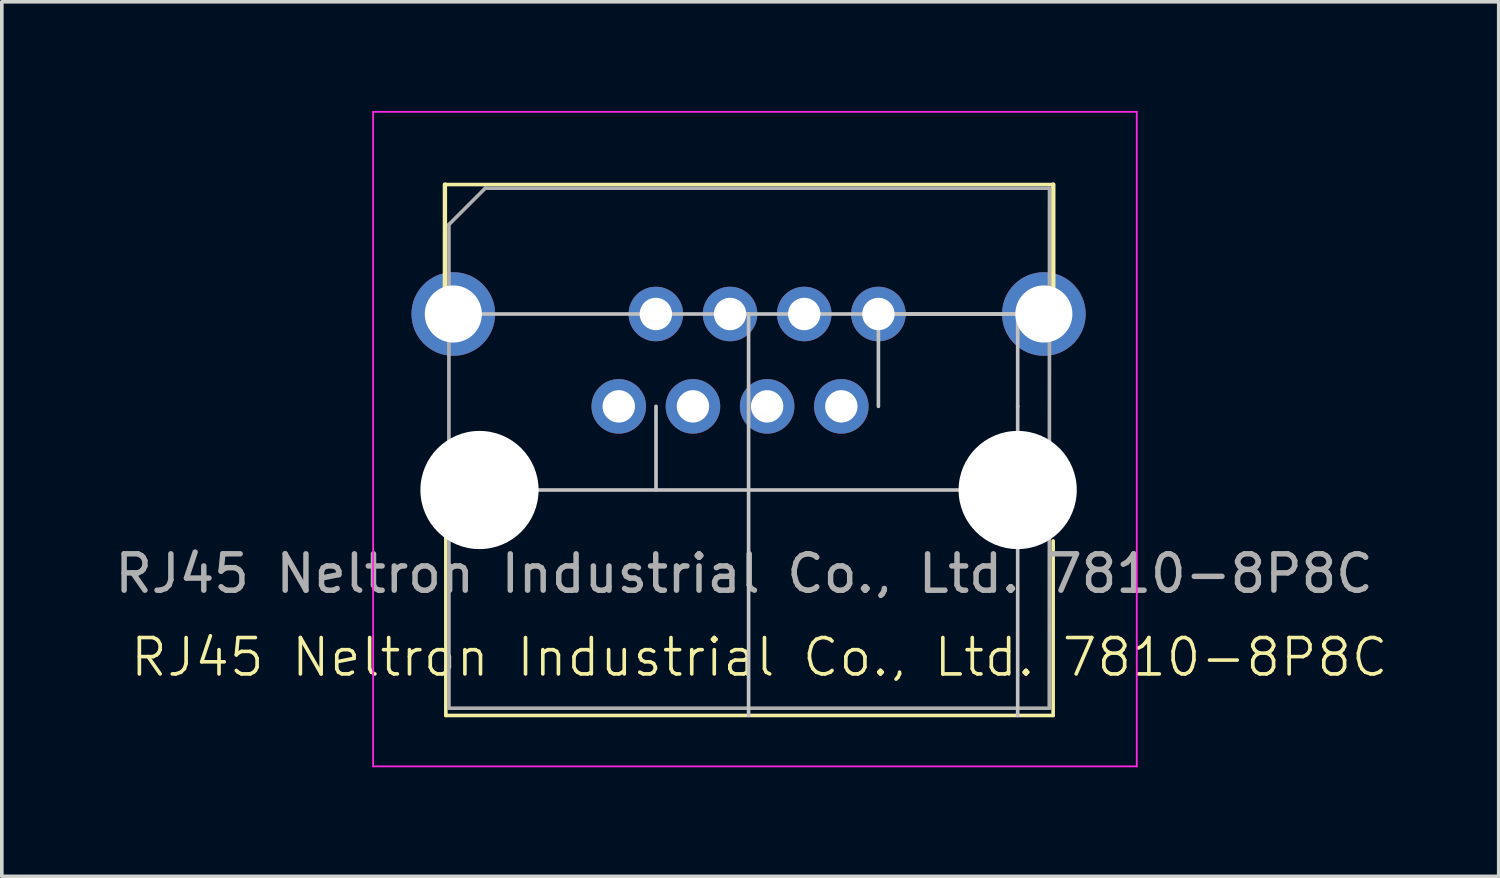
<source format=kicad_pcb>
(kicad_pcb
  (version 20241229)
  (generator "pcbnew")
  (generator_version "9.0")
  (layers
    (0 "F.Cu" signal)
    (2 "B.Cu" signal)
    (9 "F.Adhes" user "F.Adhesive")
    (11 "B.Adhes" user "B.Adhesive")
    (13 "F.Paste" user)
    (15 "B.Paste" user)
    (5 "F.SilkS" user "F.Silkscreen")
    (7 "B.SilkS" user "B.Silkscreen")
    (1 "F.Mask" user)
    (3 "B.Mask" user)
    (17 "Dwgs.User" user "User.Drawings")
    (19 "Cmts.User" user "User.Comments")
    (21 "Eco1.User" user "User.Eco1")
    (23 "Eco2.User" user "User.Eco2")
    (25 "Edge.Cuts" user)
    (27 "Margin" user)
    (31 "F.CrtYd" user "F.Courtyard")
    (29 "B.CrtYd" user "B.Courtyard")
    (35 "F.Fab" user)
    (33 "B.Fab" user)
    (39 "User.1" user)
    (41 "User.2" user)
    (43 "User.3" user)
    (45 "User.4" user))
  (footprint "RJ45 Neltron Industrial Co., Ltd. 7810-8P8C"
    (layer "F.Cu")
    (at 24.936 10.425)
    (property "Reference" "RJ45 Neltron Industrial Co., Ltd. 7810-8P8C" (at -7.106 4.6 0) (unlocked yes) (layer "F.SilkS") (effects (font (size 1 1) (thickness 0.1))))
    (attr smd)
    (fp_line (start -15.751 -8.4) (end -15.751 -5.4) (stroke (width 0.12) (type solid)) (layer "F.SilkS"))
    (fp_line (start -15.725 -8.4) (end 0.979 -8.4) (stroke (width 0.1) (type default)) (layer "F.SilkS"))
    (fp_line (start -15.725 1.3) (end -15.725 6.2) (stroke (width 0.1) (type default)) (layer "F.SilkS"))
    (fp_line (start 0.975 1.4) (end 0.975 6.2) (stroke (width 0.1) (type default)) (layer "F.SilkS"))
    (fp_line (start 0.975 6.2) (end -15.725 6.2) (stroke (width 0.1) (type default)) (layer "F.SilkS"))
    (fp_line (start 0.979 -8.4) (end 0.979 -5.4) (stroke (width 0.12) (type solid)) (layer "F.SilkS"))
    (fp_line (start -9.946 -2.3) (end -9.946 0) (stroke (width 0.1) (type default)) (layer "Dwgs.User"))
    (fp_line (start -7.4 -4.84) (end -15.52 -4.84) (stroke (width 0.1) (type default)) (layer "Dwgs.User"))
    (fp_line (start -7.4 -4.84) (end 0.72 -4.84) (stroke (width 0.1) (type default)) (layer "Dwgs.User"))
    (fp_line (start -7.4 0) (end -7.4 -4.84) (stroke (width 0.1) (type default)) (layer "Dwgs.User"))
    (fp_line (start -7.4 0) (end -7.4 6.2) (stroke (width 0.1) (type default)) (layer "Dwgs.User"))
    (fp_line (start -3.83 -4.84) (end -3.83 -2.3) (stroke (width 0.1) (type default)) (layer "Dwgs.User"))
    (fp_line (start 0 -4.84) (end -3.83 -4.84) (stroke (width 0.1) (type default)) (layer "Dwgs.User"))
    (fp_line (start 0 -2.3) (end 0 -4.84) (stroke (width 0.1) (type default)) (layer "Dwgs.User"))
    (fp_line (start 0 0) (end -14.8 0) (stroke (width 0.1) (type default)) (layer "Dwgs.User"))
    (fp_line (start 0 0) (end 0 -2.3) (stroke (width 0.1) (type default)) (layer "Dwgs.User"))
    (fp_line (start 0 0) (end 0 6.2) (stroke (width 0.1) (type default)) (layer "Dwgs.User"))
    (fp_line (start -17.725 -10.4) (end -17.725 7.6) (stroke (width 0.05) (type default)) (layer "F.CrtYd"))
    (fp_line (start -17.725 -10.4) (end 3.275 -10.4) (stroke (width 0.05) (type default)) (layer "F.CrtYd"))
    (fp_line (start -17.725 7.6) (end 3.275 7.6) (stroke (width 0.05) (type default)) (layer "F.CrtYd"))
    (fp_line (start 3.275 7.6) (end 3.275 -10.4) (stroke (width 0.05) (type default)) (layer "F.CrtYd"))
    (fp_line (start -15.641 -7.3) (end -15.641 6) (stroke (width 0.1) (type solid)) (layer "F.Fab"))
    (fp_line (start -15.641 -7.3) (end -14.641 -8.3) (stroke (width 0.1) (type solid)) (layer "F.Fab"))
    (fp_line (start -15.63 6) (end 0.88 6) (stroke (width 0.1) (type solid)) (layer "F.Fab"))
    (fp_line (start -14.641 -8.3) (end 0.869 -8.3) (stroke (width 0.1) (type solid)) (layer "F.Fab"))
    (fp_line (start 0.875 -8.3) (end 0.869 6) (stroke (width 0.1) (type solid)) (layer "F.Fab"))
    (fp_text user "${REFERENCE}" (at -7.525 2.3 0) (layer "F.Fab") (effects (font (size 1 1) (thickness 0.15))))
    (pad "" np_thru_hole circle (at -14.8 0) (size 3.25 3.25) (drill 3.25) (layers "*.Cu" "*.Mask"))
    (pad "" np_thru_hole circle (at 0 0) (size 3.25 3.25) (drill 3.25) (layers "*.Cu" "*.Mask"))
    (pad "1" thru_hole circle (at -3.83 -4.84) (size 1.5 1.5) (drill 0.89) (layers "*.Cu" "*.Mask"))
    (pad "2" thru_hole circle (at -4.85 -2.3) (size 1.5 1.5) (drill 0.89) (layers "*.Cu" "*.Mask"))
    (pad "3" thru_hole circle (at -5.87 -4.84) (size 1.5 1.5) (drill 0.89) (layers "*.Cu" "*.Mask"))
    (pad "4" thru_hole circle (at -6.89 -2.3) (size 1.5 1.5) (drill 0.89) (layers "*.Cu" "*.Mask"))
    (pad "5" thru_hole circle (at -7.91 -4.84) (size 1.5 1.5) (drill 0.89) (layers "*.Cu" "*.Mask"))
    (pad "6" thru_hole circle (at -8.93 -2.3) (size 1.5 1.5) (drill 0.89) (layers "*.Cu" "*.Mask"))
    (pad "7" thru_hole circle (at -9.95 -4.84) (size 1.5 1.5) (drill 0.89) (layers "*.Cu" "*.Mask"))
    (pad "8" thru_hole circle (at -10.97 -2.3) (size 1.5 1.5) (drill 0.89) (layers "*.Cu" "*.Mask"))
    (pad "SH" thru_hole circle (at -15.52 -4.84) (size 2.3 2.3) (drill 1.57) (layers "*.Cu" "*.Mask"))
    (pad "SH" thru_hole circle (at 0.72 -4.84) (size 2.3 2.3) (drill 1.57) (layers "*.Cu" "*.Mask")))
  (gr_rect
    (start -3 -3)
    (end 38.165 21.05)
    (stroke (width 0.1) (type default))
    (fill no)
    (layer "Edge.Cuts")))
</source>
